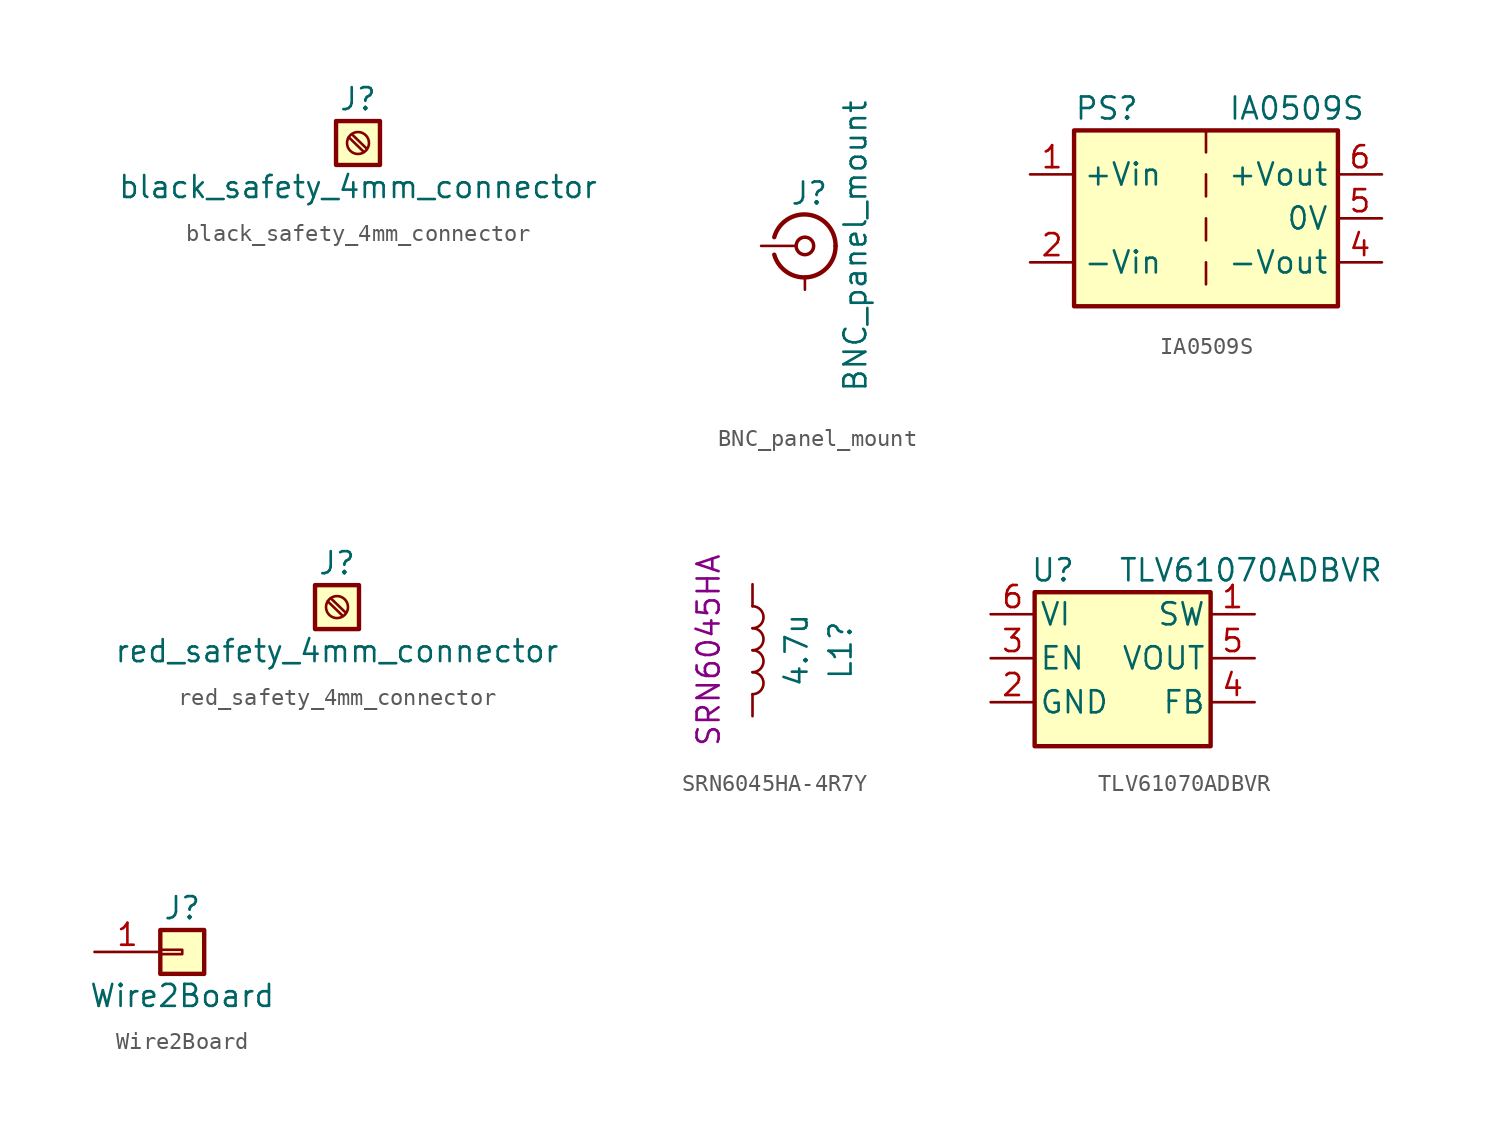
<source format=kicad_sym>
(kicad_symbol_lib
  (version 20231120)
  (generator "kicad_symbol_editor")
  (generator_version "8.0")
  (symbol "black_safety_4mm_connector"
    (pin_names
      (offset 1.016) hide)
    (property "Reference" "J"
      (at 1.27 1.27 0)
      (effects (font (size 1.27 1.27))))
    (property "Value" "black_safety_4mm_connector"
      (at 1.27 -3.81 0)
      (effects (font (size 1.27 1.27))))
    (symbol "black_safety_4mm_connector_1_1"
      (polyline (pts (xy 0.737 -0.94) (xy 1.6 -1.778)) (stroke (width 0.152) (type default)) (fill (type none)))
      (polyline (pts (xy 0.914 -0.762) (xy 1.778 -1.6)) (stroke (width 0.152) (type default)) (fill (type none)))
      (rectangle (start 0 0) (end 2.54 -2.54) (stroke (width 0.254) (type default)) (fill (type background)))
      (circle (center 1.27 -1.27) (radius 0.635) (stroke (width 0.152) (type default)) (fill (type none)))))
  (symbol "BNC_panel_mount"
    (pin_names
      (offset 1.016) hide)
    (property "Reference" "J"
      (at 0.254 3.048 0)
      (effects (font (size 1.27 1.27))))
    (property "Value" "BNC_panel_mount"
      (at 2.921 0 90)
      (effects (font (size 1.27 1.27))))
    (symbol "BNC_panel_mount_0_1"
      (arc (start -1.778 -0.508) (mid 0.2311 -1.8066) (end 1.778 0) (stroke (width 0.254) (type default)) (fill (type none)))
      (polyline (pts (xy -2.54 0) (xy -0.508 0)) (stroke (width 0) (type default)) (fill (type none)))
      (polyline (pts (xy 0 -2.54) (xy 0 -1.778)) (stroke (width 0) (type default)) (fill (type none)))
      (circle (center 0 0) (radius 0.508) (stroke (width 0.203) (type default)) (fill (type none)))
      (arc (start 1.778 0) (mid 0.2099 1.8101) (end -1.778 0.508) (stroke (width 0.254) (type default)) (fill (type none)))))
  (symbol "IA0509S"
    (property "Reference" "PS"
      (at -7.62 6.35 0)
      (effects (font (size 1.27 1.27)) (justify left)))
    (property "Value" "IA0509S"
      (at 1.27 6.35 0)
      (effects (font (size 1.27 1.27)) (justify left)))
    (symbol "IA0509S_0_0"
      (pin power_in line (at -10.16 2.54 0) (length 2.54) (name "+Vin" (effects (font (size 1.27 1.27)))) (number "1" (effects (font (size 1.27 1.27)))))
      (pin power_in line (at -10.16 -2.54 0) (length 2.54) (name "-Vin" (effects (font (size 1.27 1.27)))) (number "2" (effects (font (size 1.27 1.27)))))
      (pin power_out line (at 10.16 -2.54 180) (length 2.54) (name "-Vout" (effects (font (size 1.27 1.27)))) (number "4" (effects (font (size 1.27 1.27)))))
      (pin power_out line (at 10.16 0 180) (length 2.54) (name "0V" (effects (font (size 1.27 1.27)))) (number "5" (effects (font (size 1.27 1.27)))))
      (pin power_out line (at 10.16 2.54 180) (length 2.54) (name "+Vout" (effects (font (size 1.27 1.27)))) (number "6" (effects (font (size 1.27 1.27))))))
    (symbol "IA0509S_0_1"
      (rectangle (start -7.62 5.08) (end 7.62 -5.08) (stroke (width 0.254) (type default)) (fill (type background)))
      (polyline (pts (xy 0 -2.54) (xy 0 -3.81)) (stroke (width 0) (type default)) (fill (type none)))
      (polyline (pts (xy 0 0) (xy 0 -1.27)) (stroke (width 0) (type default)) (fill (type none)))
      (polyline (pts (xy 0 2.54) (xy 0 1.27)) (stroke (width 0) (type default)) (fill (type none)))
      (polyline (pts (xy 0 5.08) (xy 0 3.81)) (stroke (width 0) (type default)) (fill (type none)))))
  (symbol "red_safety_4mm_connector"
    (pin_names
      (offset 1.016) hide)
    (property "Reference" "J"
      (at 1.27 1.27 0)
      (effects (font (size 1.27 1.27))))
    (property "Value" "red_safety_4mm_connector"
      (at 1.27 -3.81 0)
      (effects (font (size 1.27 1.27))))
    (symbol "red_safety_4mm_connector_1_1"
      (polyline (pts (xy 0.737 -0.94) (xy 1.6 -1.778)) (stroke (width 0.152) (type default)) (fill (type none)))
      (polyline (pts (xy 0.914 -0.762) (xy 1.778 -1.6)) (stroke (width 0.152) (type default)) (fill (type none)))
      (rectangle (start 0 0) (end 2.54 -2.54) (stroke (width 0.254) (type default)) (fill (type background)))
      (circle (center 1.27 -1.27) (radius 0.635) (stroke (width 0.152) (type default)) (fill (type none)))))
  (symbol "SRN6045HA-4R7Y"
    (pin_numbers hide)
    (pin_names
      (offset 1.016) hide)
    (property "Reference" "L1"
      (at 5.08 0 90)
      (effects (font (size 1.27 1.27))))
    (property "Value" "4.7u"
      (at 2.54 0 90)
      (effects (font (size 1.27 1.27))))
    (property "Partname" "SRN6045HA"
      (at -2.54 0 90)
      (effects (font (size 1.27 1.27))))
    (symbol "SRN6045HA-4R7Y_0_1"
      (arc (start 0 -2.54) (mid 0.6323 -1.905) (end 0 -1.27) (stroke (width 0) (type default)) (fill (type none)))
      (arc (start 0 -1.27) (mid 0.6323 -0.635) (end 0 0) (stroke (width 0) (type default)) (fill (type none)))
      (arc (start 0 0) (mid 0.6323 0.635) (end 0 1.27) (stroke (width 0) (type default)) (fill (type none)))
      (arc (start 0 1.27) (mid 0.6323 1.905) (end 0 2.54) (stroke (width 0) (type default)) (fill (type none))))
    (symbol "SRN6045HA-4R7Y_1_1"
      (pin passive line (at 0 3.81 270) (length 1.27) (name "1" (effects (font (size 1.27 1.27)))) (number "1" (effects (font (size 1.27 1.27)))))
      (pin passive line (at 0 -3.81 90) (length 1.27) (name "2" (effects (font (size 1.27 1.27)))) (number "2" (effects (font (size 1.27 1.27)))))))
  (symbol "TLV61070ADBVR"
    (pin_names
      (offset 0.254))
    (property "Reference" "U"
      (at -5.334 5.08 0)
      (effects (font (size 1.27 1.27)) (justify left)))
    (property "Value" "TLV61070ADBVR"
      (at -0.254 5.08 0)
      (effects (font (size 1.27 1.27)) (justify left)))
    (symbol "TLV61070ADBVR_0_1"
      (rectangle (start -5.08 3.81) (end 5.08 -5.08) (stroke (width 0.254) (type default)) (fill (type background))))
    (symbol "TLV61070ADBVR_1_1"
      (pin power_in line (at 7.62 2.54 180) (length 2.54) (name "SW" (effects (font (size 1.27 1.27)))) (number "1" (effects (font (size 1.27 1.27)))))
      (pin power_in line (at -7.62 -2.54 0) (length 2.54) (name "GND" (effects (font (size 1.27 1.27)))) (number "2" (effects (font (size 1.27 1.27)))))
      (pin input line (at -7.62 0 0) (length 2.54) (name "EN" (effects (font (size 1.27 1.27)))) (number "3" (effects (font (size 1.27 1.27)))))
      (pin input line (at 7.62 -2.54 180) (length 2.54) (name "FB" (effects (font (size 1.27 1.27)))) (number "4" (effects (font (size 1.27 1.27)))))
      (pin power_out line (at 7.62 0 180) (length 2.54) (name "VOUT" (effects (font (size 1.27 1.27)))) (number "5" (effects (font (size 1.27 1.27)))))
      (pin power_in line (at -7.62 2.54 0) (length 2.54) (name "VI" (effects (font (size 1.27 1.27)))) (number "6" (effects (font (size 1.27 1.27)))))))
  (symbol "Wire2Board"
    (pin_names
      (offset 1.016) hide)
    (property "Reference" "J"
      (at 0 2.54 0)
      (effects (font (size 1.27 1.27))))
    (property "Value" "Wire2Board"
      (at 0 -2.54 0)
      (effects (font (size 1.27 1.27))))
    (symbol "Wire2Board_1_1"
      (rectangle (start -1.27 0.127) (end 0 -0.127) (stroke (width 0.152) (type default)) (fill (type none)))
      (rectangle (start -1.27 1.27) (end 1.27 -1.27) (stroke (width 0.254) (type default)) (fill (type background)))
      (pin passive line (at -5.08 0 0) (length 3.81) (name "Pin_1" (effects (font (size 1.27 1.27)))) (number "1" (effects (font (size 1.27 1.27))))))))
</source>
